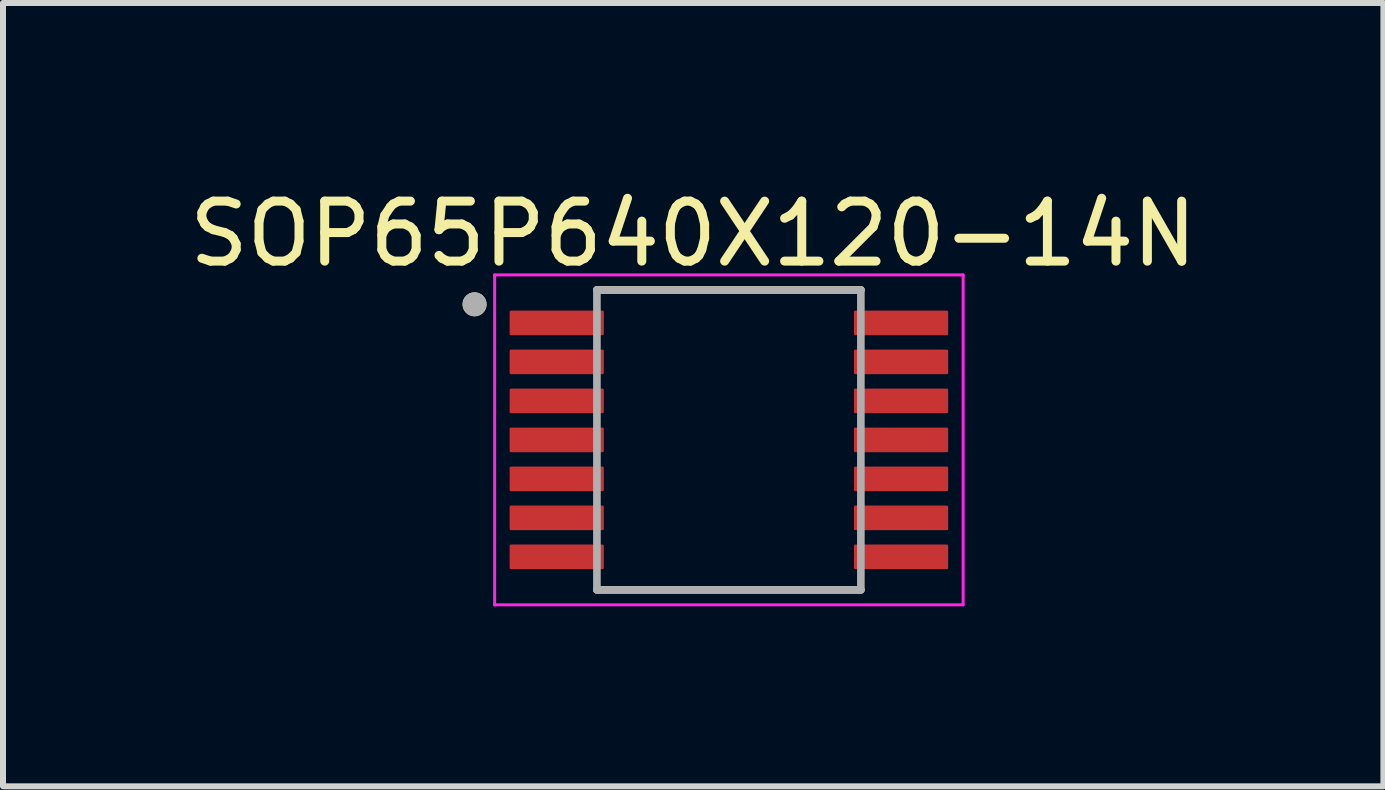
<source format=kicad_pcb>
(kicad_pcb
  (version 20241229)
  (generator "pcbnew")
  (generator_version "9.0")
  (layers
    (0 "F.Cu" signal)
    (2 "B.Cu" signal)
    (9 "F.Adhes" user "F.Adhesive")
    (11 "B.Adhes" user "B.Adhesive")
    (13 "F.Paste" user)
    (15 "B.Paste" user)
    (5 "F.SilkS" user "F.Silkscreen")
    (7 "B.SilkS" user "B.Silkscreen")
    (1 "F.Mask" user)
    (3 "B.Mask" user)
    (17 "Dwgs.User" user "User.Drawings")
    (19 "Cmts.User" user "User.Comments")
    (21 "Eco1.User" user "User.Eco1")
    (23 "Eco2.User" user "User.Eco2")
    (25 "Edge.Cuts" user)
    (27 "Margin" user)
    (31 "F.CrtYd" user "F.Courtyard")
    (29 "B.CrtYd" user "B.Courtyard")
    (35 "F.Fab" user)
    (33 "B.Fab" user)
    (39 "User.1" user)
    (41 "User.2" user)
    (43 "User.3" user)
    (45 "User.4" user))
  (footprint "SOP65P640X120-14N"
    (layer "F.Cu")
    (at 9.101 4.283)
    (property "Reference" "SOP65P640X120-14N" (at -0.595 -3.435 0) (layer "F.SilkS") (effects (font (size 1 1) (thickness 0.15))))
    (attr smd)
    (fp_line (start -2.2 -2.5) (end 2.2 -2.5) (stroke (width 0.127) (type solid)) (layer "F.SilkS"))
    (fp_line (start -2.2 2.5) (end 2.2 2.5) (stroke (width 0.127) (type solid)) (layer "F.SilkS"))
    (fp_circle (center -4.24 -2.26) (end -4.14 -2.26) (stroke (width 0.2) (type solid)) (fill no) (layer "F.SilkS"))
    (fp_line (start -3.905 -2.75) (end -3.905 2.75) (stroke (width 0.05) (type solid)) (layer "F.CrtYd"))
    (fp_line (start -3.905 -2.75) (end 3.905 -2.75) (stroke (width 0.05) (type solid)) (layer "F.CrtYd"))
    (fp_line (start -3.905 2.75) (end 3.905 2.75) (stroke (width 0.05) (type solid)) (layer "F.CrtYd"))
    (fp_line (start 3.905 -2.75) (end 3.905 2.75) (stroke (width 0.05) (type solid)) (layer "F.CrtYd"))
    (fp_line (start -2.2 -2.5) (end -2.2 2.5) (stroke (width 0.127) (type solid)) (layer "F.Fab"))
    (fp_line (start -2.2 -2.5) (end 2.2 -2.5) (stroke (width 0.127) (type solid)) (layer "F.Fab"))
    (fp_line (start -2.2 2.5) (end 2.2 2.5) (stroke (width 0.127) (type solid)) (layer "F.Fab"))
    (fp_line (start 2.2 -2.5) (end 2.2 2.5) (stroke (width 0.127) (type solid)) (layer "F.Fab"))
    (fp_circle (center -4.24 -2.26) (end -4.14 -2.26) (stroke (width 0.2) (type solid)) (fill no) (layer "F.Fab"))
    (pad "1" smd roundrect (at -2.87 -1.95) (size 1.57 0.41) (layers "F.Cu" "F.Mask" "F.Paste") (roundrect_rratio 0.05))
    (pad "2" smd roundrect (at -2.87 -1.3) (size 1.57 0.41) (layers "F.Cu" "F.Mask" "F.Paste") (roundrect_rratio 0.05))
    (pad "3" smd roundrect (at -2.87 -0.65) (size 1.57 0.41) (layers "F.Cu" "F.Mask" "F.Paste") (roundrect_rratio 0.05))
    (pad "4" smd roundrect (at -2.87 0) (size 1.57 0.41) (layers "F.Cu" "F.Mask" "F.Paste") (roundrect_rratio 0.05))
    (pad "5" smd roundrect (at -2.87 0.65) (size 1.57 0.41) (layers "F.Cu" "F.Mask" "F.Paste") (roundrect_rratio 0.05))
    (pad "6" smd roundrect (at -2.87 1.3) (size 1.57 0.41) (layers "F.Cu" "F.Mask" "F.Paste") (roundrect_rratio 0.05))
    (pad "7" smd roundrect (at -2.87 1.95) (size 1.57 0.41) (layers "F.Cu" "F.Mask" "F.Paste") (roundrect_rratio 0.05))
    (pad "8" smd roundrect (at 2.87 1.95) (size 1.57 0.41) (layers "F.Cu" "F.Mask" "F.Paste") (roundrect_rratio 0.05))
    (pad "9" smd roundrect (at 2.87 1.3) (size 1.57 0.41) (layers "F.Cu" "F.Mask" "F.Paste") (roundrect_rratio 0.05))
    (pad "10" smd roundrect (at 2.87 0.65) (size 1.57 0.41) (layers "F.Cu" "F.Mask" "F.Paste") (roundrect_rratio 0.05))
    (pad "11" smd roundrect (at 2.87 0) (size 1.57 0.41) (layers "F.Cu" "F.Mask" "F.Paste") (roundrect_rratio 0.05))
    (pad "12" smd roundrect (at 2.87 -0.65) (size 1.57 0.41) (layers "F.Cu" "F.Mask" "F.Paste") (roundrect_rratio 0.05))
    (pad "13" smd roundrect (at 2.87 -1.3) (size 1.57 0.41) (layers "F.Cu" "F.Mask" "F.Paste") (roundrect_rratio 0.05))
    (pad "14" smd roundrect (at 2.87 -1.95) (size 1.57 0.41) (layers "F.Cu" "F.Mask" "F.Paste") (roundrect_rratio 0.05)))
  (gr_rect
    (start -3 -3)
    (end 20.012 10.058)
    (stroke (width 0.1) (type default))
    (fill no)
    (layer "Edge.Cuts")))
</source>
